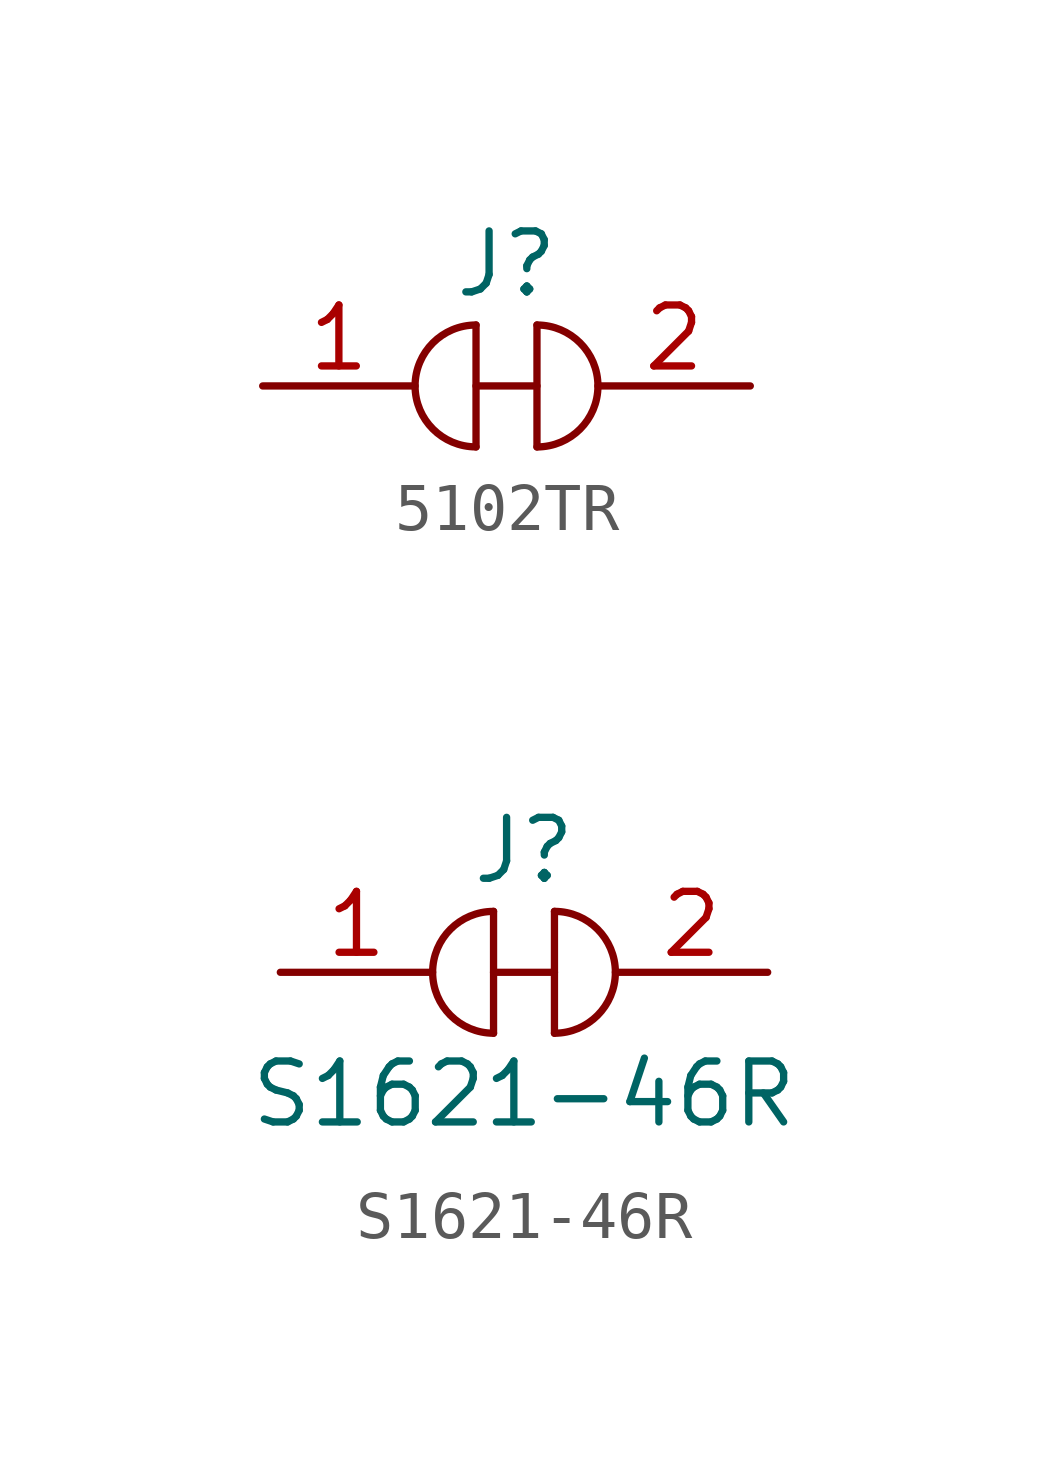
<source format=kicad_sym>
(kicad_symbol_lib
  (version 20211014)
  (generator kicad_symbol_editor)
  (symbol "5102TR"
    (pin_names
      (offset 1.016))
    (property "Reference" "J"
      (at 0 2.54 0)
      (effects (font (size 1.27 1.27))))
    (symbol "5102TR_1_1"
      (arc (start -0.635 1.27) (mid -1.905 0) (end -0.635 -1.27) (stroke (width 0) (type default) (color 0 0 0 0)) (fill (type none)))
      (polyline (pts (xy -0.635 0) (xy 0.635 0)) (stroke (width 0) (type default) (color 0 0 0 0)) (fill (type none)))
      (polyline (pts (xy -0.635 1.27) (xy -0.635 -1.27)) (stroke (width 0) (type default) (color 0 0 0 0)) (fill (type none)))
      (polyline (pts (xy 0.635 1.27) (xy 0.635 -1.27)) (stroke (width 0) (type default) (color 0 0 0 0)) (fill (type none)))
      (arc (start 0.635 -1.27) (mid 1.905 0) (end 0.635 1.27) (stroke (width 0) (type default) (color 0 0 0 0)) (fill (type none)))
      (pin passive line (at -5.08 0 0) (length 3.175) (name "~" (effects (font (size 1.27 1.27)))) (number "1" (effects (font (size 1.27 1.27)))))
      (pin passive line (at 5.08 0 180) (length 3.175) (name "~" (effects (font (size 1.27 1.27)))) (number "2" (effects (font (size 1.27 1.27)))))))
  (symbol "S1621-46R"
    (pin_names
      (offset 1.016))
    (property "Reference" "J"
      (at 0 2.54 0)
      (effects (font (size 1.27 1.27))))
    (property "Value" "S1621-46R"
      (at 0 -2.54 0)
      (effects (font (size 1.27 1.27))))
    (symbol "S1621-46R_1_1"
      (arc (start -0.635 1.27) (mid -1.905 0) (end -0.635 -1.27) (stroke (width 0) (type default) (color 0 0 0 0)) (fill (type none)))
      (polyline (pts (xy -0.635 0) (xy 0.635 0)) (stroke (width 0) (type default) (color 0 0 0 0)) (fill (type none)))
      (polyline (pts (xy -0.635 1.27) (xy -0.635 -1.27)) (stroke (width 0) (type default) (color 0 0 0 0)) (fill (type none)))
      (polyline (pts (xy 0.635 1.27) (xy 0.635 -1.27)) (stroke (width 0) (type default) (color 0 0 0 0)) (fill (type none)))
      (arc (start 0.635 -1.27) (mid 1.905 0) (end 0.635 1.27) (stroke (width 0) (type default) (color 0 0 0 0)) (fill (type none)))
      (pin passive line (at -5.08 0 0) (length 3.175) (name "~" (effects (font (size 1.27 1.27)))) (number "1" (effects (font (size 1.27 1.27)))))
      (pin passive line (at 5.08 0 180) (length 3.175) (name "~" (effects (font (size 1.27 1.27)))) (number "2" (effects (font (size 1.27 1.27))))))))
</source>
